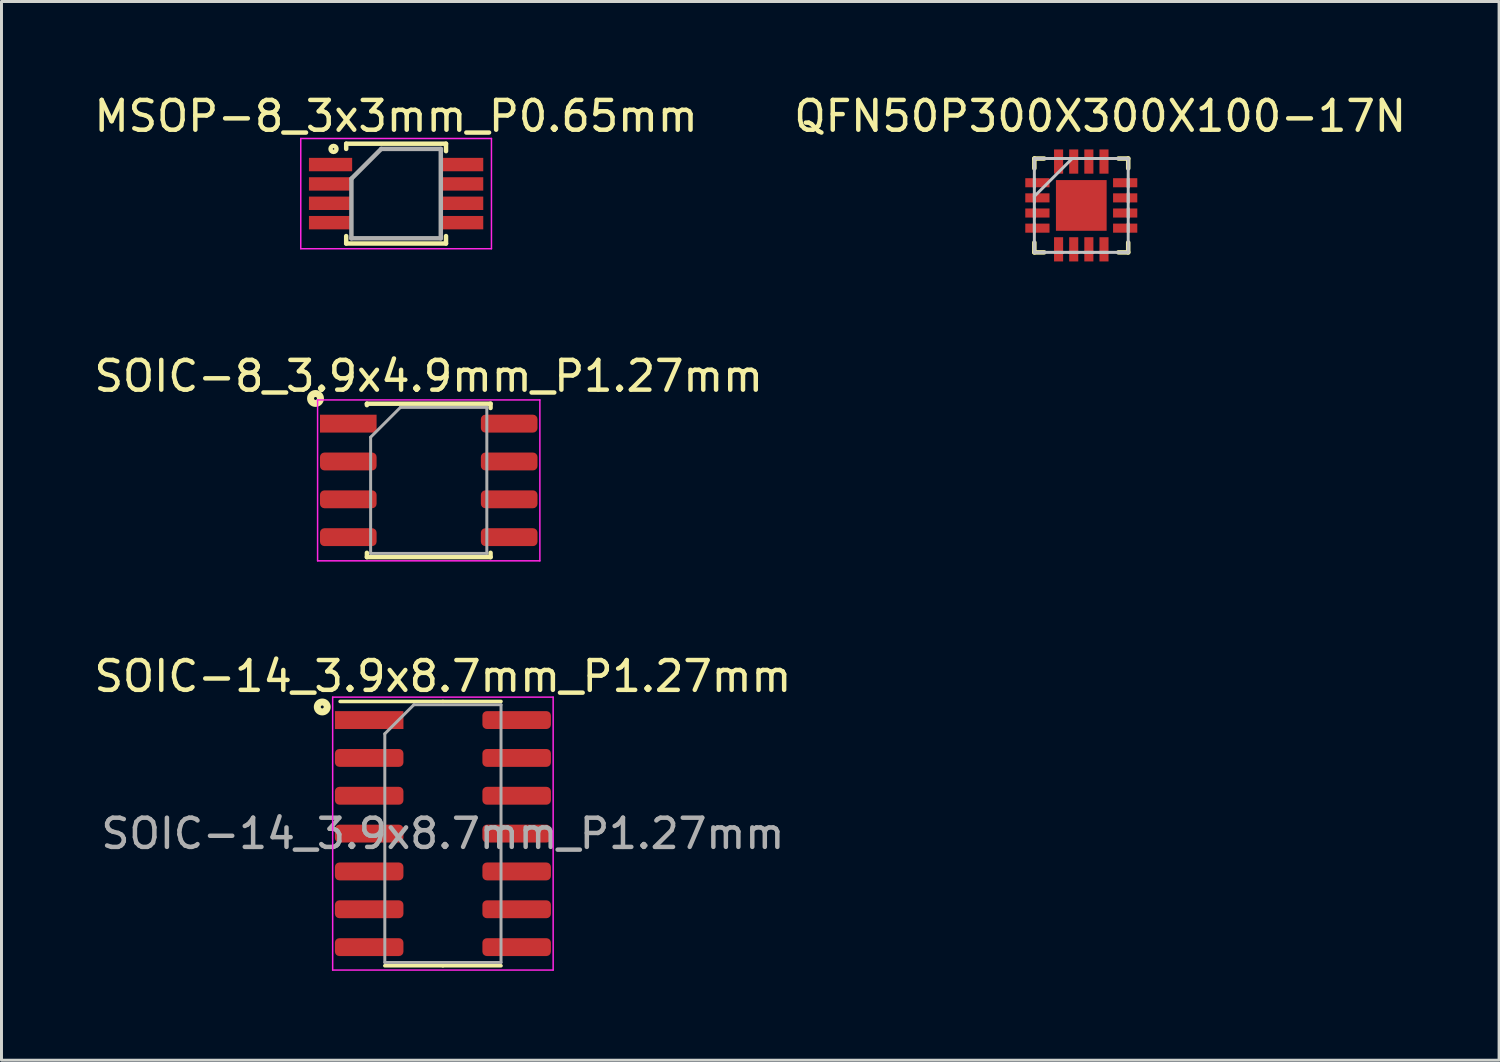
<source format=kicad_pcb>
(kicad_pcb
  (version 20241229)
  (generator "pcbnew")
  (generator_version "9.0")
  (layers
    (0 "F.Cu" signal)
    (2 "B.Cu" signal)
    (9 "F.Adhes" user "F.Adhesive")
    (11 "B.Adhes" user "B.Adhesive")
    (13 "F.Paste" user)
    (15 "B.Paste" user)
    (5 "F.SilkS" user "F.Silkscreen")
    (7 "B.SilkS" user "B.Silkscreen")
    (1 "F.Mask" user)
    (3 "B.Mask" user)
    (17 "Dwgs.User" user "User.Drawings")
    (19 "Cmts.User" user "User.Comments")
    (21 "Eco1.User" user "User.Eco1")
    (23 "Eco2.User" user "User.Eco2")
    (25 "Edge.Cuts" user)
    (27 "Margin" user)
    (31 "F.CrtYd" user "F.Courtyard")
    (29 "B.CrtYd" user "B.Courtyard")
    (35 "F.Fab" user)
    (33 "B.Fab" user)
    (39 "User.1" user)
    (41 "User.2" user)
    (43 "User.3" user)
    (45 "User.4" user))
  (footprint "SOIC-14_3.9x8.7mm_P1.27mm"
    (layer "F.Cu")
    (at 11.815 24.927)
    (property "Reference" "SOIC-14_3.9x8.7mm_P1.27mm" (at 0 -5.28 0) (layer "F.SilkS") (effects (font (size 1 1) (thickness 0.15))))
    (attr smd)
    (fp_line (start 0 -4.435) (end -3.45 -4.435) (stroke (width 0.12) (type solid)) (layer "F.SilkS"))
    (fp_line (start 0 -4.435) (end 1.95 -4.435) (stroke (width 0.12) (type solid)) (layer "F.SilkS"))
    (fp_line (start 0 4.435) (end -1.95 4.435) (stroke (width 0.12) (type solid)) (layer "F.SilkS"))
    (fp_line (start 0 4.435) (end 1.95 4.435) (stroke (width 0.12) (type solid)) (layer "F.SilkS"))
    (fp_circle (center -4.05 -4.25) (end -4.05 -4.3) (stroke (width 0.12) (type solid)) (fill no) (layer "F.SilkS"))
    (fp_circle (center -4.05 -4.25) (end -3.95 -4.05) (stroke (width 0.12) (type solid)) (fill no) (layer "F.SilkS"))
    (fp_circle (center -4.05 -4.25) (end -3.9 -4.25) (stroke (width 0.12) (type solid)) (fill no) (layer "F.SilkS"))
    (fp_line (start -3.7 -4.58) (end -3.7 4.58) (stroke (width 0.05) (type solid)) (layer "F.CrtYd"))
    (fp_line (start -3.7 4.58) (end 3.7 4.58) (stroke (width 0.05) (type solid)) (layer "F.CrtYd"))
    (fp_line (start 3.7 -4.58) (end -3.7 -4.58) (stroke (width 0.05) (type solid)) (layer "F.CrtYd"))
    (fp_line (start 3.7 4.58) (end 3.7 -4.58) (stroke (width 0.05) (type solid)) (layer "F.CrtYd"))
    (fp_line (start -1.95 -3.35) (end -0.975 -4.325) (stroke (width 0.1) (type solid)) (layer "F.Fab"))
    (fp_line (start -1.95 4.325) (end -1.95 -3.35) (stroke (width 0.1) (type solid)) (layer "F.Fab"))
    (fp_line (start -0.975 -4.325) (end 1.95 -4.325) (stroke (width 0.1) (type solid)) (layer "F.Fab"))
    (fp_line (start 1.95 -4.325) (end 1.95 4.325) (stroke (width 0.1) (type solid)) (layer "F.Fab"))
    (fp_line (start 1.95 4.325) (end -1.95 4.325) (stroke (width 0.1) (type solid)) (layer "F.Fab"))
    (fp_text user "${REFERENCE}" (at 0 0 0) (layer "F.Fab") (effects (font (size 0.98 0.98) (thickness 0.15))))
    (pad "1" smd rect (at -2.475 -3.81) (size 2.3 0.6) (layers "F.Cu" "F.Mask" "F.Paste"))
    (pad "2" smd roundrect (at -2.475 -2.54) (size 2.3 0.6) (layers "F.Cu" "F.Mask" "F.Paste") (roundrect_rratio 0.25))
    (pad "3" smd roundrect (at -2.475 -1.27) (size 2.3 0.6) (layers "F.Cu" "F.Mask" "F.Paste") (roundrect_rratio 0.25))
    (pad "4" smd roundrect (at -2.475 0) (size 2.3 0.6) (layers "F.Cu" "F.Mask" "F.Paste") (roundrect_rratio 0.25))
    (pad "5" smd roundrect (at -2.475 1.27) (size 2.3 0.6) (layers "F.Cu" "F.Mask" "F.Paste") (roundrect_rratio 0.25))
    (pad "6" smd roundrect (at -2.475 2.54) (size 2.3 0.6) (layers "F.Cu" "F.Mask" "F.Paste") (roundrect_rratio 0.25))
    (pad "7" smd roundrect (at -2.475 3.81) (size 2.3 0.6) (layers "F.Cu" "F.Mask" "F.Paste") (roundrect_rratio 0.25))
    (pad "8" smd roundrect (at 2.475 3.81) (size 2.3 0.6) (layers "F.Cu" "F.Mask" "F.Paste") (roundrect_rratio 0.25))
    (pad "9" smd roundrect (at 2.475 2.54) (size 2.3 0.6) (layers "F.Cu" "F.Mask" "F.Paste") (roundrect_rratio 0.25))
    (pad "10" smd roundrect (at 2.475 1.27) (size 2.3 0.6) (layers "F.Cu" "F.Mask" "F.Paste") (roundrect_rratio 0.25))
    (pad "11" smd roundrect (at 2.475 0) (size 2.3 0.6) (layers "F.Cu" "F.Mask" "F.Paste") (roundrect_rratio 0.25))
    (pad "12" smd roundrect (at 2.475 -1.27) (size 2.3 0.6) (layers "F.Cu" "F.Mask" "F.Paste") (roundrect_rratio 0.25))
    (pad "13" smd roundrect (at 2.475 -2.54) (size 2.3 0.6) (layers "F.Cu" "F.Mask" "F.Paste") (roundrect_rratio 0.25))
    (pad "14" smd roundrect (at 2.475 -3.81) (size 2.3 0.6) (layers "F.Cu" "F.Mask" "F.Paste") (roundrect_rratio 0.25)))
  (footprint "SOIC-8_3.9x4.9mm_P1.27mm"
    (layer "F.Cu")
    (at 11.339 13.073)
    (property "Reference" "SOIC-8_3.9x4.9mm_P1.27mm" (at 0 -3.5 0) (layer "F.SilkS") (effects (font (size 1 1) (thickness 0.15))))
    (attr smd)
    (fp_line (start -2.075 -2.575) (end -2.075 -2.525) (stroke (width 0.15) (type solid)) (layer "F.SilkS"))
    (fp_line (start -2.075 -2.575) (end 2.075 -2.575) (stroke (width 0.15) (type solid)) (layer "F.SilkS"))
    (fp_line (start -2.075 2.575) (end -2.075 2.43) (stroke (width 0.15) (type solid)) (layer "F.SilkS"))
    (fp_line (start -2.075 2.575) (end 2.075 2.575) (stroke (width 0.15) (type solid)) (layer "F.SilkS"))
    (fp_line (start 2.075 -2.575) (end 2.075 -2.43) (stroke (width 0.15) (type solid)) (layer "F.SilkS"))
    (fp_line (start 2.075 2.575) (end 2.075 2.43) (stroke (width 0.15) (type solid)) (layer "F.SilkS"))
    (fp_circle (center -3.8 -2.75) (end -3.8 -2.8) (stroke (width 0.12) (type solid)) (fill no) (layer "F.SilkS"))
    (fp_circle (center -3.8 -2.75) (end -3.7 -2.55) (stroke (width 0.12) (type solid)) (fill no) (layer "F.SilkS"))
    (fp_circle (center -3.8 -2.75) (end -3.65 -2.75) (stroke (width 0.12) (type solid)) (fill no) (layer "F.SilkS"))
    (fp_line (start -3.73 -2.7) (end -3.73 2.7) (stroke (width 0.05) (type solid)) (layer "F.CrtYd"))
    (fp_line (start -3.73 -2.7) (end 3.73 -2.7) (stroke (width 0.05) (type solid)) (layer "F.CrtYd"))
    (fp_line (start -3.73 2.7) (end 3.73 2.7) (stroke (width 0.05) (type solid)) (layer "F.CrtYd"))
    (fp_line (start 3.73 -2.7) (end 3.73 2.7) (stroke (width 0.05) (type solid)) (layer "F.CrtYd"))
    (fp_line (start -1.95 -1.45) (end -0.95 -2.45) (stroke (width 0.1) (type solid)) (layer "F.Fab"))
    (fp_line (start -1.95 2.45) (end -1.95 -1.45) (stroke (width 0.1) (type solid)) (layer "F.Fab"))
    (fp_line (start -0.95 -2.45) (end 1.95 -2.45) (stroke (width 0.1) (type solid)) (layer "F.Fab"))
    (fp_line (start 1.95 -2.45) (end 1.95 2.45) (stroke (width 0.1) (type solid)) (layer "F.Fab"))
    (fp_line (start 1.95 2.45) (end -1.95 2.45) (stroke (width 0.1) (type solid)) (layer "F.Fab"))
    (pad "1" smd rect (at -2.7 -1.905) (size 1.9 0.6) (layers "F.Cu" "F.Mask" "F.Paste"))
    (pad "2" smd roundrect (at -2.7 -0.635) (size 1.9 0.6) (layers "F.Cu" "F.Mask" "F.Paste") (roundrect_rratio 0.25))
    (pad "3" smd roundrect (at -2.7 0.635) (size 1.9 0.6) (layers "F.Cu" "F.Mask" "F.Paste") (roundrect_rratio 0.25))
    (pad "4" smd roundrect (at -2.7 1.905) (size 1.9 0.6) (layers "F.Cu" "F.Mask" "F.Paste") (roundrect_rratio 0.25))
    (pad "5" smd roundrect (at 2.7 1.905) (size 1.9 0.6) (layers "F.Cu" "F.Mask" "F.Paste") (roundrect_rratio 0.25))
    (pad "6" smd roundrect (at 2.7 0.635) (size 1.9 0.6) (layers "F.Cu" "F.Mask" "F.Paste") (roundrect_rratio 0.25))
    (pad "7" smd roundrect (at 2.7 -0.635) (size 1.9 0.6) (layers "F.Cu" "F.Mask" "F.Paste") (roundrect_rratio 0.25))
    (pad "8" smd roundrect (at 2.7 -1.905) (size 1.9 0.6) (layers "F.Cu" "F.Mask" "F.Paste") (roundrect_rratio 0.25)))
  (footprint "MSOP-8_3x3mm_P0.65mm"
    (layer "F.Cu")
    (at 10.244 3.448)
    (property "Reference" "MSOP-8_3x3mm_P0.65mm" (at 0 -2.6 0) (layer "F.SilkS") (effects (font (size 1 1) (thickness 0.15))))
    (attr smd)
    (fp_line (start -1.675 -1.675) (end -1.675 -1.5) (stroke (width 0.15) (type solid)) (layer "F.SilkS"))
    (fp_line (start -1.675 -1.675) (end 1.675 -1.675) (stroke (width 0.15) (type solid)) (layer "F.SilkS"))
    (fp_line (start -1.675 1.675) (end -1.675 1.425) (stroke (width 0.15) (type solid)) (layer "F.SilkS"))
    (fp_line (start -1.675 1.675) (end 1.675 1.675) (stroke (width 0.15) (type solid)) (layer "F.SilkS"))
    (fp_line (start 1.675 -1.675) (end 1.675 -1.425) (stroke (width 0.15) (type solid)) (layer "F.SilkS"))
    (fp_line (start 1.675 1.675) (end 1.675 1.425) (stroke (width 0.15) (type solid)) (layer "F.SilkS"))
    (fp_circle (center -2.1 -1.5) (end -2.2 -1.5) (stroke (width 0.15) (type solid)) (fill no) (layer "F.SilkS"))
    (fp_line (start -3.2 -1.85) (end -3.2 1.85) (stroke (width 0.05) (type solid)) (layer "F.CrtYd"))
    (fp_line (start -3.2 -1.85) (end 3.2 -1.85) (stroke (width 0.05) (type solid)) (layer "F.CrtYd"))
    (fp_line (start -3.2 1.85) (end 3.2 1.85) (stroke (width 0.05) (type solid)) (layer "F.CrtYd"))
    (fp_line (start 3.2 -1.85) (end 3.2 1.85) (stroke (width 0.05) (type solid)) (layer "F.CrtYd"))
    (fp_line (start -1.5 -0.5) (end -0.5 -1.5) (stroke (width 0.15) (type solid)) (layer "F.Fab"))
    (fp_line (start -1.5 1.5) (end -1.5 -0.5) (stroke (width 0.15) (type solid)) (layer "F.Fab"))
    (fp_line (start -0.5 -1.5) (end 1.5 -1.5) (stroke (width 0.15) (type solid)) (layer "F.Fab"))
    (fp_line (start 1.5 -1.5) (end 1.5 1.5) (stroke (width 0.15) (type solid)) (layer "F.Fab"))
    (fp_line (start 1.5 1.5) (end -1.5 1.5) (stroke (width 0.15) (type solid)) (layer "F.Fab"))
    (pad "1" smd rect (at -2.2 -0.975) (size 1.45 0.45) (layers "F.Cu" "F.Mask" "F.Paste"))
    (pad "2" smd rect (at -2.2 -0.325) (size 1.45 0.45) (layers "F.Cu" "F.Mask" "F.Paste"))
    (pad "3" smd rect (at -2.2 0.325) (size 1.45 0.45) (layers "F.Cu" "F.Mask" "F.Paste"))
    (pad "4" smd rect (at -2.2 0.975) (size 1.45 0.45) (layers "F.Cu" "F.Mask" "F.Paste"))
    (pad "5" smd rect (at 2.2 0.975) (size 1.45 0.45) (layers "F.Cu" "F.Mask" "F.Paste"))
    (pad "6" smd rect (at 2.2 0.325) (size 1.45 0.45) (layers "F.Cu" "F.Mask" "F.Paste"))
    (pad "7" smd rect (at 2.2 -0.325) (size 1.45 0.45) (layers "F.Cu" "F.Mask" "F.Paste"))
    (pad "8" smd rect (at 2.2 -0.975) (size 1.45 0.45) (layers "F.Cu" "F.Mask" "F.Paste")))
  (footprint "QFN50P300X300X100-17N"
    (layer "F.Cu")
    (at 33.24 3.845)
    (property "Reference" "QFN50P300X300X100-17N" (at 0.635 -2.997 0) (layer "F.SilkS") (effects (font (size 1 1) (thickness 0.15))))
    (attr smd)
    (fp_line (start -1.575 -1.575) (end -1.575 -1.245) (stroke (width 0.152) (type solid)) (layer "F.SilkS"))
    (fp_line (start -1.575 1.245) (end -1.575 1.575) (stroke (width 0.152) (type solid)) (layer "F.SilkS"))
    (fp_line (start -1.575 1.575) (end -1.245 1.575) (stroke (width 0.152) (type solid)) (layer "F.SilkS"))
    (fp_line (start -1.245 -1.575) (end -1.575 -1.575) (stroke (width 0.152) (type solid)) (layer "F.SilkS"))
    (fp_line (start 1.245 1.575) (end 1.575 1.575) (stroke (width 0.152) (type solid)) (layer "F.SilkS"))
    (fp_line (start 1.575 -1.575) (end 1.245 -1.575) (stroke (width 0.152) (type solid)) (layer "F.SilkS"))
    (fp_line (start 1.575 -1.245) (end 1.575 -1.575) (stroke (width 0.152) (type solid)) (layer "F.SilkS"))
    (fp_line (start 1.575 1.575) (end 1.575 1.245) (stroke (width 0.152) (type solid)) (layer "F.SilkS"))
    (fp_line (start -1.575 -1.575) (end -1.575 1.575) (stroke (width 0.1) (type solid)) (layer "Dwgs.User"))
    (fp_line (start -1.575 -0.889) (end -1.575 -0.61) (stroke (width 0.1) (type solid)) (layer "Dwgs.User"))
    (fp_line (start -1.575 -0.406) (end -1.575 -0.102) (stroke (width 0.1) (type solid)) (layer "Dwgs.User"))
    (fp_line (start -1.575 -0.305) (end -0.305 -1.575) (stroke (width 0.1) (type solid)) (layer "Dwgs.User"))
    (fp_line (start -1.575 0.102) (end -1.575 0.406) (stroke (width 0.1) (type solid)) (layer "Dwgs.User"))
    (fp_line (start -1.575 0.61) (end -1.575 0.889) (stroke (width 0.1) (type solid)) (layer "Dwgs.User"))
    (fp_line (start -1.575 1.575) (end 1.575 1.575) (stroke (width 0.1) (type solid)) (layer "Dwgs.User"))
    (fp_line (start -0.889 1.575) (end -0.61 1.575) (stroke (width 0.1) (type solid)) (layer "Dwgs.User"))
    (fp_line (start -0.61 -1.575) (end -0.889 -1.575) (stroke (width 0.1) (type solid)) (layer "Dwgs.User"))
    (fp_line (start -0.406 1.575) (end -0.102 1.575) (stroke (width 0.1) (type solid)) (layer "Dwgs.User"))
    (fp_line (start -0.102 -1.575) (end -0.406 -1.575) (stroke (width 0.1) (type solid)) (layer "Dwgs.User"))
    (fp_line (start 0.102 1.575) (end 0.406 1.575) (stroke (width 0.1) (type solid)) (layer "Dwgs.User"))
    (fp_line (start 0.406 -1.575) (end 0.102 -1.575) (stroke (width 0.1) (type solid)) (layer "Dwgs.User"))
    (fp_line (start 0.61 1.575) (end 0.889 1.575) (stroke (width 0.1) (type solid)) (layer "Dwgs.User"))
    (fp_line (start 0.889 -1.575) (end 0.61 -1.575) (stroke (width 0.1) (type solid)) (layer "Dwgs.User"))
    (fp_line (start 1.575 -1.575) (end -1.575 -1.575) (stroke (width 0.1) (type solid)) (layer "Dwgs.User"))
    (fp_line (start 1.575 -0.61) (end 1.575 -0.889) (stroke (width 0.1) (type solid)) (layer "Dwgs.User"))
    (fp_line (start 1.575 -0.102) (end 1.575 -0.406) (stroke (width 0.1) (type solid)) (layer "Dwgs.User"))
    (fp_line (start 1.575 0.406) (end 1.575 0.102) (stroke (width 0.1) (type solid)) (layer "Dwgs.User"))
    (fp_line (start 1.575 0.889) (end 1.575 0.61) (stroke (width 0.1) (type solid)) (layer "Dwgs.User"))
    (fp_line (start 1.575 1.575) (end 1.575 -1.575) (stroke (width 0.1) (type solid)) (layer "Dwgs.User"))
    (pad "1" smd rect (at -1.473 -0.762 270) (size 0.305 0.813) (layers "F.Cu" "F.Mask" "F.Paste"))
    (pad "2" smd rect (at -1.473 -0.254 270) (size 0.305 0.813) (layers "F.Cu" "F.Mask" "F.Paste"))
    (pad "3" smd rect (at -1.473 0.254 270) (size 0.305 0.813) (layers "F.Cu" "F.Mask" "F.Paste"))
    (pad "4" smd rect (at -1.473 0.762 270) (size 0.305 0.813) (layers "F.Cu" "F.Mask" "F.Paste"))
    (pad "5" smd rect (at -0.762 1.473 180) (size 0.305 0.813) (layers "F.Cu" "F.Mask" "F.Paste"))
    (pad "6" smd rect (at -0.254 1.473 180) (size 0.305 0.813) (layers "F.Cu" "F.Mask" "F.Paste"))
    (pad "7" smd rect (at 0.254 1.473 180) (size 0.305 0.813) (layers "F.Cu" "F.Mask" "F.Paste"))
    (pad "8" smd rect (at 0.762 1.473 180) (size 0.305 0.813) (layers "F.Cu" "F.Mask" "F.Paste"))
    (pad "9" smd rect (at 1.473 0.762 270) (size 0.305 0.813) (layers "F.Cu" "F.Mask" "F.Paste"))
    (pad "10" smd rect (at 1.473 0.254 270) (size 0.305 0.813) (layers "F.Cu" "F.Mask" "F.Paste"))
    (pad "11" smd rect (at 1.473 -0.254 270) (size 0.305 0.813) (layers "F.Cu" "F.Mask" "F.Paste"))
    (pad "12" smd rect (at 1.473 -0.762 270) (size 0.305 0.813) (layers "F.Cu" "F.Mask" "F.Paste"))
    (pad "13" smd rect (at 0.762 -1.473 180) (size 0.305 0.813) (layers "F.Cu" "F.Mask" "F.Paste"))
    (pad "14" smd rect (at 0.254 -1.473 180) (size 0.305 0.813) (layers "F.Cu" "F.Mask" "F.Paste"))
    (pad "15" smd rect (at -0.254 -1.473 180) (size 0.305 0.813) (layers "F.Cu" "F.Mask" "F.Paste"))
    (pad "16" smd rect (at -0.762 -1.473 180) (size 0.305 0.813) (layers "F.Cu" "F.Mask" "F.Paste"))
    (pad "17" smd rect (at 0 0) (size 1.702 1.702) (layers "F.Cu" "F.Mask" "F.Paste")))
  (gr_rect
    (start -3 -3)
    (end 47.262 32.532)
    (stroke (width 0.1) (type default))
    (fill no)
    (layer "Edge.Cuts")))
</source>
